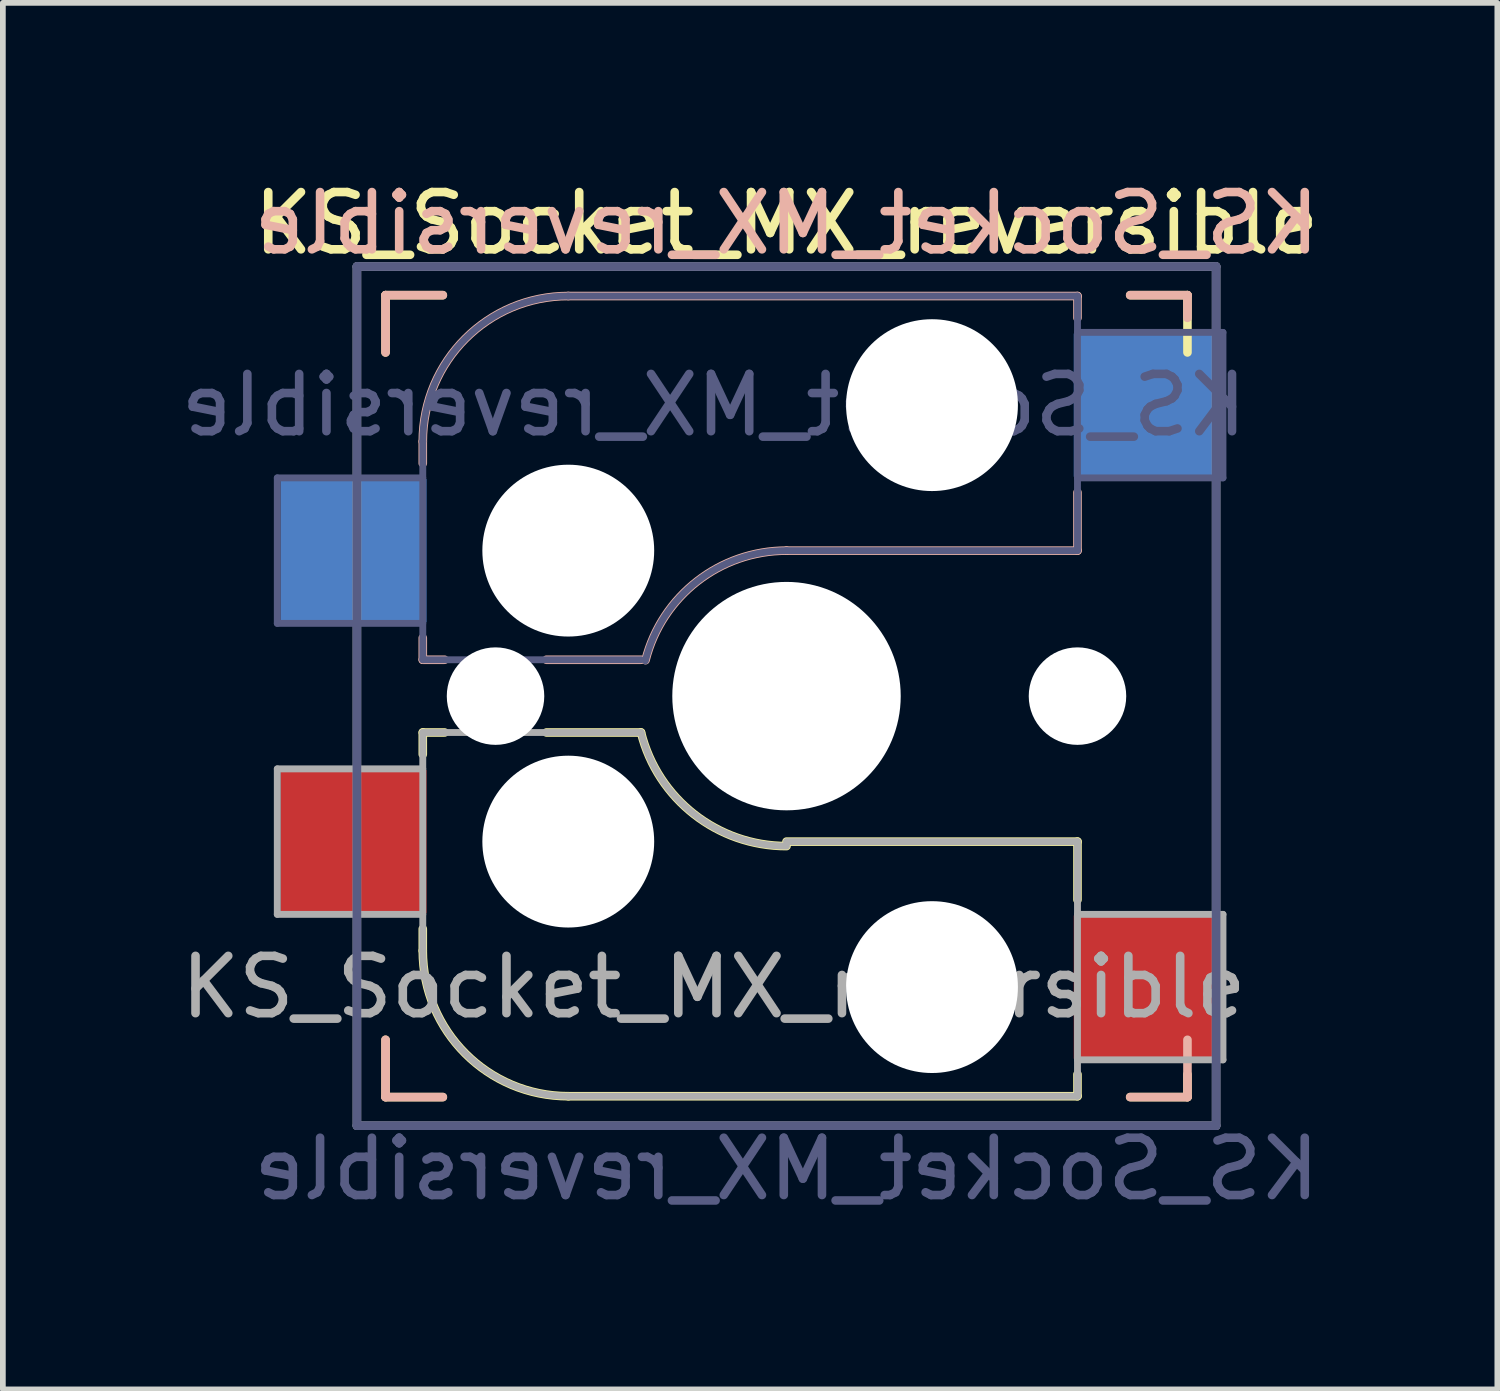
<source format=kicad_pcb>
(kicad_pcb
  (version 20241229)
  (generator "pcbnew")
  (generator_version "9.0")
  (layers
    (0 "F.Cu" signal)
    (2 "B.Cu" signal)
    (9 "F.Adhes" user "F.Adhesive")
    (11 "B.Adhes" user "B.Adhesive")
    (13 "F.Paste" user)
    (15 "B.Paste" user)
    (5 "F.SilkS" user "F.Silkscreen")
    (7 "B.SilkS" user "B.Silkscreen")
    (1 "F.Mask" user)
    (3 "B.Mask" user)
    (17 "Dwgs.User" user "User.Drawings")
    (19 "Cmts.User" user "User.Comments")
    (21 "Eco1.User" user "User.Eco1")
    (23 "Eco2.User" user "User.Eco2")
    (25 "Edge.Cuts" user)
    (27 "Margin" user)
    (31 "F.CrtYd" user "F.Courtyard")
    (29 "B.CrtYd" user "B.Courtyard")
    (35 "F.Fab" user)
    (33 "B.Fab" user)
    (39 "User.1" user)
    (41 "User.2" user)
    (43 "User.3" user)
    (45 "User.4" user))
  (footprint "KS_Socket_MX_reversible"
    (layer "F.Cu")
    (at 10.681 9.103)
    (property "Reference" "KS_Socket_MX_reversible" (at 0 -8.255 0) (layer "F.SilkS") (effects (font (size 1 1) (thickness 0.15))))
    (property "Value" "KS_Socket_MX_reversible" (at 0 8.255 0) (layer "F.Fab") (hide yes) (effects (font (size 1 1) (thickness 0.15))))
    (attr smd)
    (fp_line (start -7 -7) (end -6 -7) (stroke (width 0.15) (type solid)) (layer "F.SilkS"))
    (fp_line (start -7 -6) (end -7 -7) (stroke (width 0.15) (type solid)) (layer "F.SilkS"))
    (fp_line (start -7 7) (end -7 6) (stroke (width 0.15) (type solid)) (layer "F.SilkS"))
    (fp_line (start -6.35 0.635) (end -5.969 0.635) (stroke (width 0.15) (type solid)) (layer "F.SilkS"))
    (fp_line (start -6.35 1.016) (end -6.35 0.635) (stroke (width 0.15) (type solid)) (layer "F.SilkS"))
    (fp_line (start -6.35 4.445) (end -6.35 4.064) (stroke (width 0.15) (type solid)) (layer "F.SilkS"))
    (fp_line (start -6 7) (end -7 7) (stroke (width 0.15) (type solid)) (layer "F.SilkS"))
    (fp_line (start -4.191 0.635) (end -2.54 0.635) (stroke (width 0.15) (type solid)) (layer "F.SilkS"))
    (fp_line (start 0 2.54) (end 5.08 2.54) (stroke (width 0.15) (type solid)) (layer "F.SilkS"))
    (fp_line (start 5.08 2.54) (end 5.08 3.556) (stroke (width 0.15) (type solid)) (layer "F.SilkS"))
    (fp_line (start 5.08 6.604) (end 5.08 6.985) (stroke (width 0.15) (type solid)) (layer "F.SilkS"))
    (fp_line (start 5.08 6.985) (end -3.81 6.985) (stroke (width 0.15) (type solid)) (layer "F.SilkS"))
    (fp_line (start 6 -7) (end 7 -7) (stroke (width 0.15) (type solid)) (layer "F.SilkS"))
    (fp_line (start 7 -7) (end 7 -6) (stroke (width 0.15) (type solid)) (layer "F.SilkS"))
    (fp_line (start 7 6.604) (end 7 7) (stroke (width 0.15) (type solid)) (layer "F.SilkS"))
    (fp_line (start 7 7) (end 6 7) (stroke (width 0.15) (type solid)) (layer "F.SilkS"))
    (fp_arc (start -3.81 6.985) (mid -5.606051 6.241051) (end -6.35 4.445) (stroke (width 0.15) (type solid)) (layer "F.SilkS"))
    (fp_arc (start -0.000001 2.618171) (mid -1.611255 2.063656) (end -2.539999 0.634999) (stroke (width 0.15) (type solid)) (layer "F.SilkS"))
    (fp_line (start -7 -7) (end -6 -7) (stroke (width 0.15) (type solid)) (layer "B.SilkS"))
    (fp_line (start -7 -6) (end -7 -7) (stroke (width 0.15) (type solid)) (layer "B.SilkS"))
    (fp_line (start -7 7) (end -7 6) (stroke (width 0.15) (type solid)) (layer "B.SilkS"))
    (fp_line (start -6.35 -4.445) (end -6.35 -4.064) (stroke (width 0.15) (type solid)) (layer "B.SilkS"))
    (fp_line (start -6.35 -1.016) (end -6.35 -0.635) (stroke (width 0.15) (type solid)) (layer "B.SilkS"))
    (fp_line (start -6.35 -0.635) (end -5.969 -0.635) (stroke (width 0.15) (type solid)) (layer "B.SilkS"))
    (fp_line (start -6 7) (end -7 7) (stroke (width 0.15) (type solid)) (layer "B.SilkS"))
    (fp_line (start -4.191 -0.635) (end -2.54 -0.635) (stroke (width 0.15) (type solid)) (layer "B.SilkS"))
    (fp_line (start 0 -2.54) (end 5.08 -2.54) (stroke (width 0.15) (type solid)) (layer "B.SilkS"))
    (fp_line (start 5.08 -6.985) (end -3.81 -6.985) (stroke (width 0.15) (type solid)) (layer "B.SilkS"))
    (fp_line (start 5.08 -6.604) (end 5.08 -6.985) (stroke (width 0.15) (type solid)) (layer "B.SilkS"))
    (fp_line (start 5.08 -2.54) (end 5.08 -3.556) (stroke (width 0.15) (type solid)) (layer "B.SilkS"))
    (fp_line (start 6 -7) (end 7 -7) (stroke (width 0.15) (type solid)) (layer "B.SilkS"))
    (fp_line (start 7 -7) (end 7 -6.604) (stroke (width 0.15) (type solid)) (layer "B.SilkS"))
    (fp_line (start 7 6) (end 7 7) (stroke (width 0.15) (type solid)) (layer "B.SilkS"))
    (fp_line (start 7 7) (end 6 7) (stroke (width 0.15) (type solid)) (layer "B.SilkS"))
    (fp_arc (start -6.35 -4.445) (mid -5.606051 -6.241051) (end -3.81 -6.985) (stroke (width 0.15) (type solid)) (layer "B.SilkS"))
    (fp_arc (start -2.461268 -0.627503) (mid -1.558484 -2.005674) (end 0 -2.54) (stroke (width 0.15) (type solid)) (layer "B.SilkS"))
    (fp_line (start -6.9 6.9) (end -6.9 -6.9) (stroke (width 0.15) (type solid)) (layer "Eco2.User"))
    (fp_line (start -6.9 6.9) (end 6.9 6.9) (stroke (width 0.15) (type solid)) (layer "Eco2.User"))
    (fp_line (start 6.9 -6.9) (end -6.9 -6.9) (stroke (width 0.15) (type solid)) (layer "Eco2.User"))
    (fp_line (start 6.9 -6.9) (end 6.9 6.9) (stroke (width 0.15) (type solid)) (layer "Eco2.User"))
    (fp_line (start -8.89 -3.81) (end -8.89 -1.27) (stroke (width 0.12) (type solid)) (layer "B.Fab"))
    (fp_line (start -8.89 -1.27) (end -6.35 -1.27) (stroke (width 0.12) (type solid)) (layer "B.Fab"))
    (fp_line (start -7.5 -7.5) (end 7.5 -7.5) (stroke (width 0.15) (type solid)) (layer "B.Fab"))
    (fp_line (start -7.5 7.5) (end -7.5 -7.5) (stroke (width 0.15) (type solid)) (layer "B.Fab"))
    (fp_line (start -6.35 -4.445) (end -6.35 -0.635) (stroke (width 0.12) (type solid)) (layer "B.Fab"))
    (fp_line (start -6.35 -3.81) (end -8.89 -3.81) (stroke (width 0.12) (type solid)) (layer "B.Fab"))
    (fp_line (start -6.35 -0.635) (end -2.54 -0.635) (stroke (width 0.12) (type solid)) (layer "B.Fab"))
    (fp_line (start 0 -2.54) (end 5.08 -2.54) (stroke (width 0.12) (type solid)) (layer "B.Fab"))
    (fp_line (start 5.08 -6.985) (end -3.81 -6.985) (stroke (width 0.12) (type solid)) (layer "B.Fab"))
    (fp_line (start 5.08 -3.81) (end 7.62 -3.81) (stroke (width 0.12) (type solid)) (layer "B.Fab"))
    (fp_line (start 5.08 -2.54) (end 5.08 -6.985) (stroke (width 0.12) (type solid)) (layer "B.Fab"))
    (fp_line (start 7.5 -7.5) (end 7.5 7.5) (stroke (width 0.15) (type solid)) (layer "B.Fab"))
    (fp_line (start 7.5 7.5) (end -7.5 7.5) (stroke (width 0.15) (type solid)) (layer "B.Fab"))
    (fp_line (start 7.62 -6.35) (end 5.08 -6.35) (stroke (width 0.12) (type solid)) (layer "B.Fab"))
    (fp_line (start 7.62 -3.81) (end 7.62 -6.35) (stroke (width 0.12) (type solid)) (layer "B.Fab"))
    (fp_arc (start -6.35 -4.445) (mid -5.606051 -6.241051) (end -3.81 -6.985) (stroke (width 0.12) (type solid)) (layer "B.Fab"))
    (fp_arc (start -2.464162 -0.61604) (mid -1.563147 -2.002042) (end 0 -2.54) (stroke (width 0.12) (type solid)) (layer "B.Fab"))
    (fp_line (start -8.89 1.27) (end -8.89 3.81) (stroke (width 0.12) (type solid)) (layer "F.Fab"))
    (fp_line (start -8.89 3.81) (end -6.35 3.81) (stroke (width 0.12) (type solid)) (layer "F.Fab"))
    (fp_line (start -7.5 -7.5) (end 7.5 -7.5) (stroke (width 0.15) (type solid)) (layer "F.Fab"))
    (fp_line (start -7.5 7.5) (end -7.5 -7.5) (stroke (width 0.15) (type solid)) (layer "F.Fab"))
    (fp_line (start -6.35 0.635) (end -6.35 4.445) (stroke (width 0.12) (type solid)) (layer "F.Fab"))
    (fp_line (start -6.35 1.27) (end -8.89 1.27) (stroke (width 0.12) (type solid)) (layer "F.Fab"))
    (fp_line (start -3.81 6.985) (end 5.08 6.985) (stroke (width 0.12) (type solid)) (layer "F.Fab"))
    (fp_line (start -2.54 0.635) (end -6.35 0.635) (stroke (width 0.12) (type solid)) (layer "F.Fab"))
    (fp_line (start 5.08 2.54) (end 0 2.54) (stroke (width 0.12) (type solid)) (layer "F.Fab"))
    (fp_line (start 5.08 6.35) (end 7.62 6.35) (stroke (width 0.12) (type solid)) (layer "F.Fab"))
    (fp_line (start 5.08 6.985) (end 5.08 2.54) (stroke (width 0.12) (type solid)) (layer "F.Fab"))
    (fp_line (start 7.5 -7.5) (end 7.5 7.5) (stroke (width 0.15) (type solid)) (layer "F.Fab"))
    (fp_line (start 7.5 7.5) (end -7.5 7.5) (stroke (width 0.15) (type solid)) (layer "F.Fab"))
    (fp_line (start 7.62 3.81) (end 5.08 3.81) (stroke (width 0.12) (type solid)) (layer "F.Fab"))
    (fp_line (start 7.62 6.35) (end 7.62 3.81) (stroke (width 0.12) (type solid)) (layer "F.Fab"))
    (fp_arc (start -3.81 6.985) (mid -5.606051 6.241051) (end -6.35 4.445) (stroke (width 0.12) (type solid)) (layer "F.Fab"))
    (fp_arc (start -0.000001 2.618171) (mid -1.611255 2.063656) (end -2.539999 0.634999) (stroke (width 0.12) (type solid)) (layer "F.Fab"))
    (fp_text user "${REFERENCE}" (at 0 -8.255 0) (layer "B.SilkS") (effects (font (size 1 1) (thickness 0.15)) (justify mirror)))
    (fp_text user "${VALUE}" (at 0 8.255 0) (layer "B.Fab") (effects (font (size 1 1) (thickness 0.15)) (justify mirror)))
    (fp_text user "${REFERENCE}" (at -1.27 -5.08 0) (layer "B.Fab") (effects (font (size 1 1) (thickness 0.15)) (justify mirror)))
    (fp_text user "${REFERENCE}" (at -1.27 5.08 0) (layer "F.Fab") (effects (font (size 1 1) (thickness 0.15))))
    (pad "" np_thru_hole circle (at -5.08 0) (size 1.702 1.702) (drill 1.702) (layers "*.Cu" "*.Mask"))
    (pad "" np_thru_hole circle (at -3.81 -2.54) (size 3 3) (drill 3) (layers "*.Cu" "*.Mask"))
    (pad "" np_thru_hole circle (at -3.81 2.54) (size 3 3) (drill 3) (layers "*.Cu" "*.Mask"))
    (pad "" np_thru_hole circle (at 0 0) (size 3.988 3.988) (drill 3.988) (layers "*.Cu" "*.Mask"))
    (pad "" np_thru_hole circle (at 2.54 -5.08) (size 3 3) (drill 3) (layers "*.Cu" "*.Mask"))
    (pad "" np_thru_hole circle (at 2.54 5.08) (size 3 3) (drill 3) (layers "*.Cu" "*.Mask"))
    (pad "" np_thru_hole circle (at 5.08 0) (size 1.702 1.702) (drill 1.702) (layers "*.Cu" "*.Mask"))
    (pad "1" smd rect (at 6.29 -5.08) (size 2.55 2.5) (layers "B.Cu" "B.Mask" "B.Paste"))
    (pad "1" smd rect (at 6.29 5.08) (size 2.55 2.5) (layers "F.Cu" "F.Mask" "F.Paste"))
    (pad "2" smd rect (at -7.56 -2.54) (size 2.55 2.5) (layers "B.Cu" "B.Mask" "B.Paste"))
    (pad "2" smd rect (at -7.56 2.54) (size 2.55 2.5) (layers "F.Cu" "F.Mask" "F.Paste")))
  (gr_rect
    (start -3 -3)
    (end 23.091 21.206)
    (stroke (width 0.1) (type default))
    (fill no)
    (layer "Edge.Cuts")))
</source>
